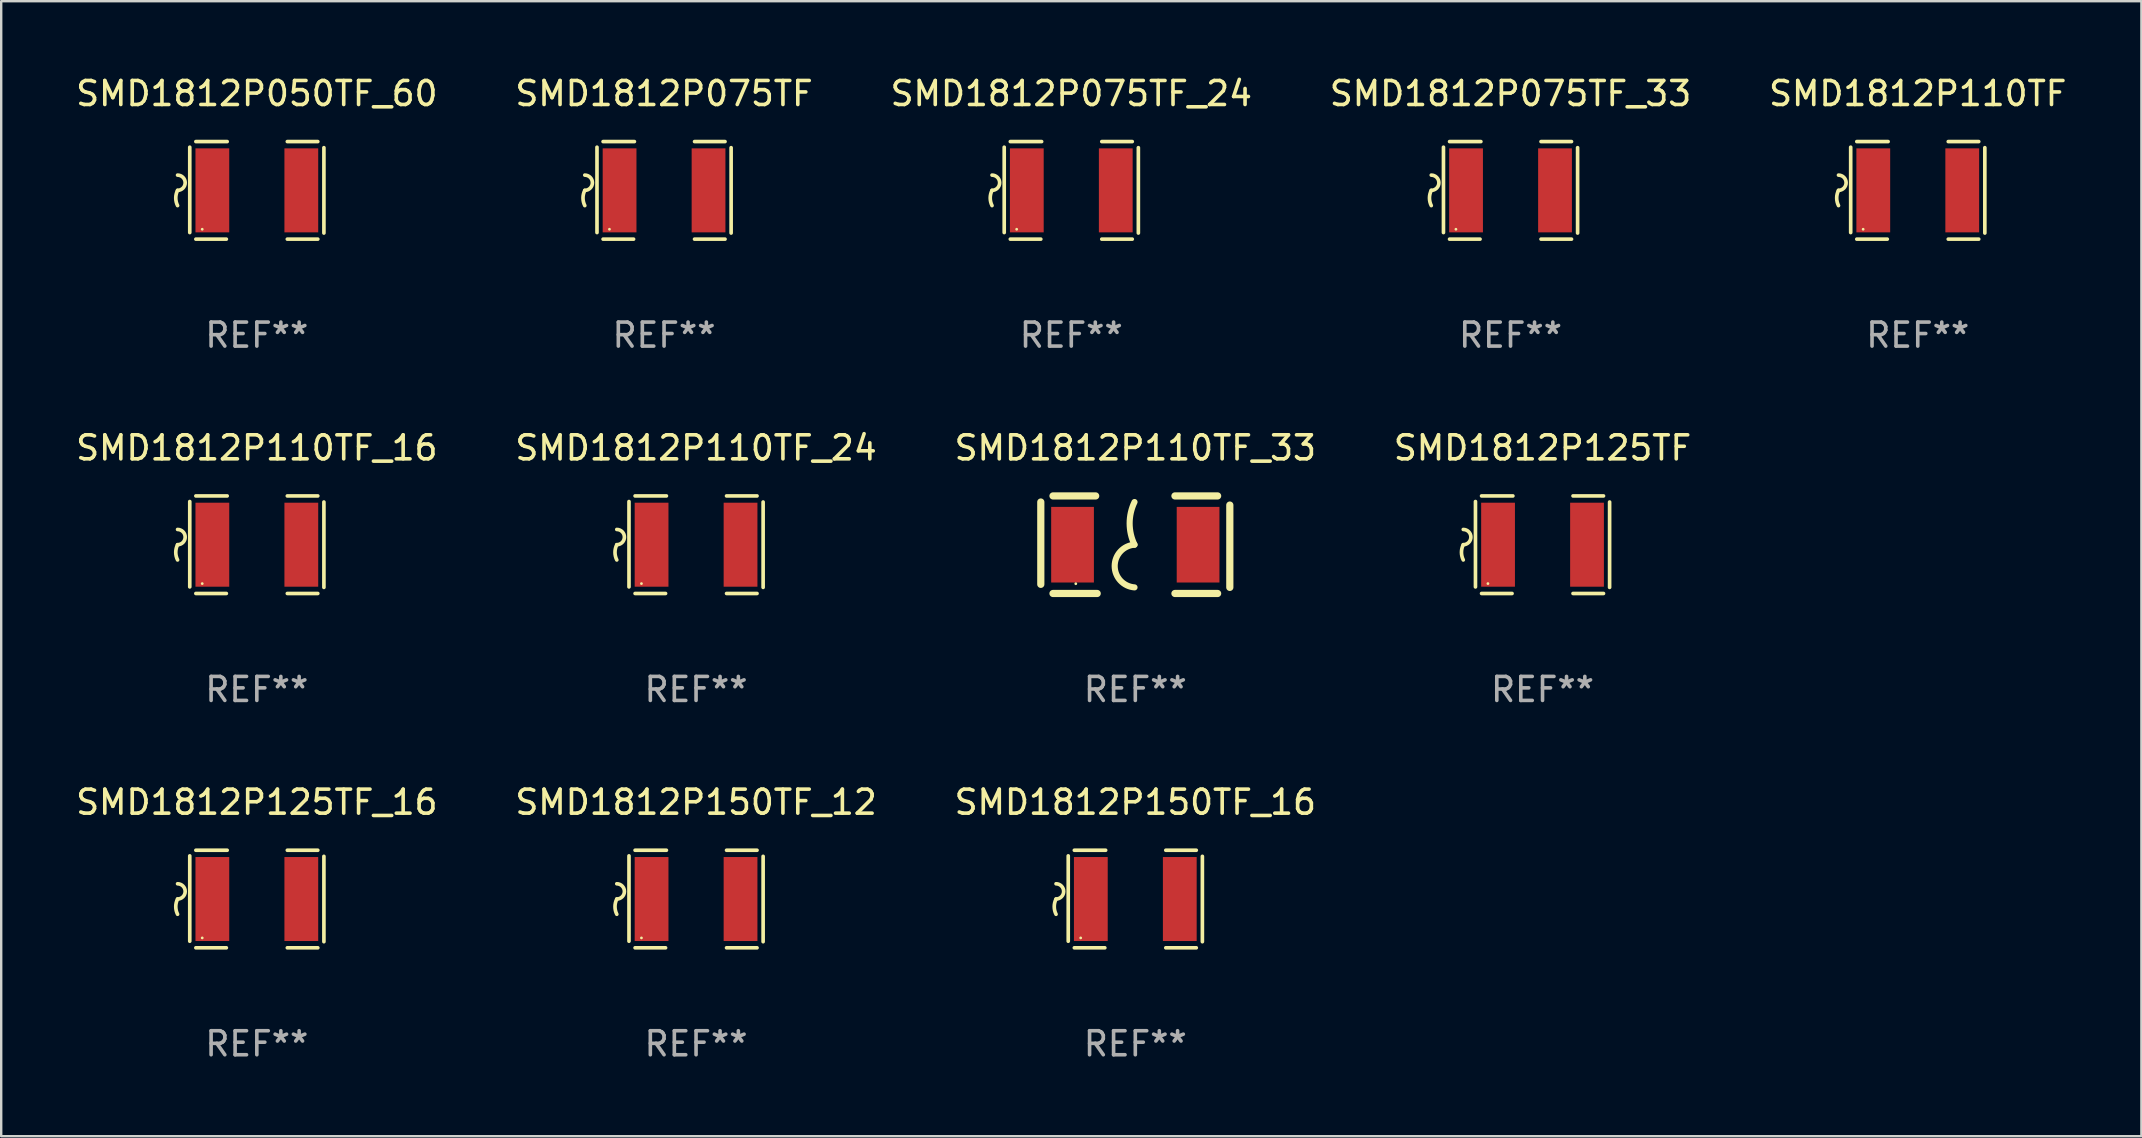
<source format=kicad_pcb>
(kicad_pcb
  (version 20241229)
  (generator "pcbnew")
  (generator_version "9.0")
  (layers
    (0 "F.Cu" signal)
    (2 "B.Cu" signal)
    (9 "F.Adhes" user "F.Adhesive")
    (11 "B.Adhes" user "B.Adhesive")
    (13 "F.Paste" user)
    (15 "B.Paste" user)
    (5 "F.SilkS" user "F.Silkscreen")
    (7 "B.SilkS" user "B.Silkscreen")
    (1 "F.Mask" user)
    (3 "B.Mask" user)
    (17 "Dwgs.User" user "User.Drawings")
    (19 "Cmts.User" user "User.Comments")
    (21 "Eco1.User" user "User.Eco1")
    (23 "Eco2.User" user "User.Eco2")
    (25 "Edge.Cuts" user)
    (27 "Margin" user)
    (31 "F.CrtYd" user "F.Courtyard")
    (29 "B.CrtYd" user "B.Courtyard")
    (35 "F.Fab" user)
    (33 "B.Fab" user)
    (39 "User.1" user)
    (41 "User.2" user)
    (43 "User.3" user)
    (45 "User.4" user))
  (footprint "SMD1812P075TF"
    (layer "F.Cu")
    (at 24.613 4.88)
    (property "Reference" "SMD1812P075TF" (at 0 -4.032 0) (layer "F.SilkS") (effects (font (size 1 1) (thickness 0.15))))
    (attr through_hole)
    (fp_line (start -2.794 -1.798) (end -2.794 1.758) (stroke (width 0.152) (type solid)) (layer "F.SilkS"))
    (fp_line (start -2.54 -2.032) (end -1.235 -2.032) (stroke (width 0.152) (type solid)) (layer "F.SilkS"))
    (fp_line (start -1.27 2.032) (end -2.54 2.032) (stroke (width 0.152) (type solid)) (layer "F.SilkS"))
    (fp_line (start 1.27 2.032) (end 2.54 2.032) (stroke (width 0.152) (type solid)) (layer "F.SilkS"))
    (fp_line (start 2.54 -2.032) (end 1.27 -2.032) (stroke (width 0.152) (type solid)) (layer "F.SilkS"))
    (fp_line (start 2.794 -1.778) (end 2.794 1.778) (stroke (width 0.152) (type solid)) (layer "F.SilkS"))
    (fp_arc (start -3.302007 -0.635002) (mid -2.984506 -0.317501) (end -3.302007 0) (stroke (width 0.151994) (type solid)) (layer "F.SilkS"))
    (fp_arc (start -3.302007 0.635002) (mid -3.376959 0.317501) (end -3.302007 0) (stroke (width 0.151994) (type solid)) (layer "F.SilkS"))
    (fp_circle (center -2.275 1.62) (end -2.245 1.62) (stroke (width 0.06) (type solid)) (fill no) (layer "F.SilkS"))
    (fp_text user "REF**" (at 0 6.032 0) (layer "F.Fab") (effects (font (size 1 1) (thickness 0.15))))
    (pad "1" smd rect (at -1.853 0) (size 1.407 3.499) (layers "F.Cu" "F.Mask" "F.Paste"))
    (pad "2" smd rect (at 1.853 0) (size 1.407 3.499) (layers "F.Cu" "F.Mask" "F.Paste")))
  (footprint "SMD1812P110TF"
    (layer "F.Cu")
    (at 76.839 4.88)
    (property "Reference" "SMD1812P110TF" (at 0 -4.032 0) (layer "F.SilkS") (effects (font (size 1 1) (thickness 0.15))))
    (attr through_hole)
    (fp_line (start -2.794 -1.798) (end -2.794 1.758) (stroke (width 0.152) (type solid)) (layer "F.SilkS"))
    (fp_line (start -2.54 -2.032) (end -1.235 -2.032) (stroke (width 0.152) (type solid)) (layer "F.SilkS"))
    (fp_line (start -1.27 2.032) (end -2.54 2.032) (stroke (width 0.152) (type solid)) (layer "F.SilkS"))
    (fp_line (start 1.27 2.032) (end 2.54 2.032) (stroke (width 0.152) (type solid)) (layer "F.SilkS"))
    (fp_line (start 2.54 -2.032) (end 1.27 -2.032) (stroke (width 0.152) (type solid)) (layer "F.SilkS"))
    (fp_line (start 2.794 -1.778) (end 2.794 1.778) (stroke (width 0.152) (type solid)) (layer "F.SilkS"))
    (fp_arc (start -3.302007 -0.635002) (mid -2.984506 -0.317501) (end -3.302007 0) (stroke (width 0.151994) (type solid)) (layer "F.SilkS"))
    (fp_arc (start -3.302007 0.635002) (mid -3.376959 0.317501) (end -3.302007 0) (stroke (width 0.151994) (type solid)) (layer "F.SilkS"))
    (fp_circle (center -2.275 1.62) (end -2.245 1.62) (stroke (width 0.06) (type solid)) (fill no) (layer "F.SilkS"))
    (fp_text user "REF**" (at 0 6.032 0) (layer "F.Fab") (effects (font (size 1 1) (thickness 0.15))))
    (pad "1" smd rect (at -1.853 0) (size 1.407 3.499) (layers "F.Cu" "F.Mask" "F.Paste"))
    (pad "2" smd rect (at 1.853 0) (size 1.407 3.499) (layers "F.Cu" "F.Mask" "F.Paste")))
  (footprint "SMD1812P110TF_16"
    (layer "F.Cu")
    (at 7.649 19.641)
    (property "Reference" "SMD1812P110TF_16" (at 0 -4.032 0) (layer "F.SilkS") (effects (font (size 1 1) (thickness 0.15))))
    (attr through_hole)
    (fp_line (start -2.794 -1.798) (end -2.794 1.758) (stroke (width 0.152) (type solid)) (layer "F.SilkS"))
    (fp_line (start -2.54 -2.032) (end -1.235 -2.032) (stroke (width 0.152) (type solid)) (layer "F.SilkS"))
    (fp_line (start -1.27 2.032) (end -2.54 2.032) (stroke (width 0.152) (type solid)) (layer "F.SilkS"))
    (fp_line (start 1.27 2.032) (end 2.54 2.032) (stroke (width 0.152) (type solid)) (layer "F.SilkS"))
    (fp_line (start 2.54 -2.032) (end 1.27 -2.032) (stroke (width 0.152) (type solid)) (layer "F.SilkS"))
    (fp_line (start 2.794 -1.778) (end 2.794 1.778) (stroke (width 0.152) (type solid)) (layer "F.SilkS"))
    (fp_arc (start -3.302007 -0.635002) (mid -2.984506 -0.317501) (end -3.302007 0) (stroke (width 0.151994) (type solid)) (layer "F.SilkS"))
    (fp_arc (start -3.302007 0.635002) (mid -3.376959 0.317501) (end -3.302007 0) (stroke (width 0.151994) (type solid)) (layer "F.SilkS"))
    (fp_circle (center -2.275 1.62) (end -2.245 1.62) (stroke (width 0.06) (type solid)) (fill no) (layer "F.SilkS"))
    (fp_text user "REF**" (at 0 6.032 0) (layer "F.Fab") (effects (font (size 1 1) (thickness 0.15))))
    (pad "1" smd rect (at -1.853 0) (size 1.407 3.499) (layers "F.Cu" "F.Mask" "F.Paste"))
    (pad "2" smd rect (at 1.853 0) (size 1.407 3.499) (layers "F.Cu" "F.Mask" "F.Paste")))
  (footprint "SMD1812P150TF_16"
    (layer "F.Cu")
    (at 44.244 34.401)
    (property "Reference" "SMD1812P150TF_16" (at 0 -4.032 0) (layer "F.SilkS") (effects (font (size 1 1) (thickness 0.15))))
    (attr through_hole)
    (fp_line (start -2.794 -1.798) (end -2.794 1.758) (stroke (width 0.152) (type solid)) (layer "F.SilkS"))
    (fp_line (start -2.54 -2.032) (end -1.235 -2.032) (stroke (width 0.152) (type solid)) (layer "F.SilkS"))
    (fp_line (start -1.27 2.032) (end -2.54 2.032) (stroke (width 0.152) (type solid)) (layer "F.SilkS"))
    (fp_line (start 1.27 2.032) (end 2.54 2.032) (stroke (width 0.152) (type solid)) (layer "F.SilkS"))
    (fp_line (start 2.54 -2.032) (end 1.27 -2.032) (stroke (width 0.152) (type solid)) (layer "F.SilkS"))
    (fp_line (start 2.794 -1.778) (end 2.794 1.778) (stroke (width 0.152) (type solid)) (layer "F.SilkS"))
    (fp_arc (start -3.302007 -0.635002) (mid -2.984506 -0.317501) (end -3.302007 0) (stroke (width 0.151994) (type solid)) (layer "F.SilkS"))
    (fp_arc (start -3.302007 0.635002) (mid -3.376959 0.317501) (end -3.302007 0) (stroke (width 0.151994) (type solid)) (layer "F.SilkS"))
    (fp_circle (center -2.275 1.62) (end -2.245 1.62) (stroke (width 0.06) (type solid)) (fill no) (layer "F.SilkS"))
    (fp_text user "REF**" (at 0 6.032 0) (layer "F.Fab") (effects (font (size 1 1) (thickness 0.15))))
    (pad "1" smd rect (at -1.853 0) (size 1.407 3.499) (layers "F.Cu" "F.Mask" "F.Paste"))
    (pad "2" smd rect (at 1.853 0) (size 1.407 3.499) (layers "F.Cu" "F.Mask" "F.Paste")))
  (footprint "SMD1812P150TF_12"
    (layer "F.Cu")
    (at 25.946 34.401)
    (property "Reference" "SMD1812P150TF_12" (at 0 -4.032 0) (layer "F.SilkS") (effects (font (size 1 1) (thickness 0.15))))
    (attr through_hole)
    (fp_line (start -2.794 -1.798) (end -2.794 1.758) (stroke (width 0.152) (type solid)) (layer "F.SilkS"))
    (fp_line (start -2.54 -2.032) (end -1.235 -2.032) (stroke (width 0.152) (type solid)) (layer "F.SilkS"))
    (fp_line (start -1.27 2.032) (end -2.54 2.032) (stroke (width 0.152) (type solid)) (layer "F.SilkS"))
    (fp_line (start 1.27 2.032) (end 2.54 2.032) (stroke (width 0.152) (type solid)) (layer "F.SilkS"))
    (fp_line (start 2.54 -2.032) (end 1.27 -2.032) (stroke (width 0.152) (type solid)) (layer "F.SilkS"))
    (fp_line (start 2.794 -1.778) (end 2.794 1.778) (stroke (width 0.152) (type solid)) (layer "F.SilkS"))
    (fp_arc (start -3.302007 -0.635002) (mid -2.984506 -0.317501) (end -3.302007 0) (stroke (width 0.151994) (type solid)) (layer "F.SilkS"))
    (fp_arc (start -3.302007 0.635002) (mid -3.376959 0.317501) (end -3.302007 0) (stroke (width 0.151994) (type solid)) (layer "F.SilkS"))
    (fp_circle (center -2.275 1.62) (end -2.245 1.62) (stroke (width 0.06) (type solid)) (fill no) (layer "F.SilkS"))
    (fp_text user "REF**" (at 0 6.032 0) (layer "F.Fab") (effects (font (size 1 1) (thickness 0.15))))
    (pad "1" smd rect (at -1.853 0) (size 1.407 3.499) (layers "F.Cu" "F.Mask" "F.Paste"))
    (pad "2" smd rect (at 1.853 0) (size 1.407 3.499) (layers "F.Cu" "F.Mask" "F.Paste")))
  (footprint "SMD1812P125TF"
    (layer "F.Cu")
    (at 61.208 19.641)
    (property "Reference" "SMD1812P125TF" (at 0 -4.032 0) (layer "F.SilkS") (effects (font (size 1 1) (thickness 0.15))))
    (attr through_hole)
    (fp_line (start -2.794 -1.798) (end -2.794 1.758) (stroke (width 0.152) (type solid)) (layer "F.SilkS"))
    (fp_line (start -2.54 -2.032) (end -1.235 -2.032) (stroke (width 0.152) (type solid)) (layer "F.SilkS"))
    (fp_line (start -1.27 2.032) (end -2.54 2.032) (stroke (width 0.152) (type solid)) (layer "F.SilkS"))
    (fp_line (start 1.27 2.032) (end 2.54 2.032) (stroke (width 0.152) (type solid)) (layer "F.SilkS"))
    (fp_line (start 2.54 -2.032) (end 1.27 -2.032) (stroke (width 0.152) (type solid)) (layer "F.SilkS"))
    (fp_line (start 2.794 -1.778) (end 2.794 1.778) (stroke (width 0.152) (type solid)) (layer "F.SilkS"))
    (fp_arc (start -3.302007 -0.635002) (mid -2.984506 -0.317501) (end -3.302007 0) (stroke (width 0.151994) (type solid)) (layer "F.SilkS"))
    (fp_arc (start -3.302007 0.635002) (mid -3.376959 0.317501) (end -3.302007 0) (stroke (width 0.151994) (type solid)) (layer "F.SilkS"))
    (fp_circle (center -2.275 1.62) (end -2.245 1.62) (stroke (width 0.06) (type solid)) (fill no) (layer "F.SilkS"))
    (fp_text user "REF**" (at 0 6.032 0) (layer "F.Fab") (effects (font (size 1 1) (thickness 0.15))))
    (pad "1" smd rect (at -1.853 0) (size 1.407 3.499) (layers "F.Cu" "F.Mask" "F.Paste"))
    (pad "2" smd rect (at 1.853 0) (size 1.407 3.499) (layers "F.Cu" "F.Mask" "F.Paste")))
  (footprint "SMD1812P110TF_24"
    (layer "F.Cu")
    (at 25.946 19.641)
    (property "Reference" "SMD1812P110TF_24" (at 0 -4.032 0) (layer "F.SilkS") (effects (font (size 1 1) (thickness 0.15))))
    (attr through_hole)
    (fp_line (start -2.794 -1.798) (end -2.794 1.758) (stroke (width 0.152) (type solid)) (layer "F.SilkS"))
    (fp_line (start -2.54 -2.032) (end -1.235 -2.032) (stroke (width 0.152) (type solid)) (layer "F.SilkS"))
    (fp_line (start -1.27 2.032) (end -2.54 2.032) (stroke (width 0.152) (type solid)) (layer "F.SilkS"))
    (fp_line (start 1.27 2.032) (end 2.54 2.032) (stroke (width 0.152) (type solid)) (layer "F.SilkS"))
    (fp_line (start 2.54 -2.032) (end 1.27 -2.032) (stroke (width 0.152) (type solid)) (layer "F.SilkS"))
    (fp_line (start 2.794 -1.778) (end 2.794 1.778) (stroke (width 0.152) (type solid)) (layer "F.SilkS"))
    (fp_arc (start -3.302007 -0.635002) (mid -2.984506 -0.317501) (end -3.302007 0) (stroke (width 0.151994) (type solid)) (layer "F.SilkS"))
    (fp_arc (start -3.302007 0.635002) (mid -3.376959 0.317501) (end -3.302007 0) (stroke (width 0.151994) (type solid)) (layer "F.SilkS"))
    (fp_circle (center -2.275 1.62) (end -2.245 1.62) (stroke (width 0.06) (type solid)) (fill no) (layer "F.SilkS"))
    (fp_text user "REF**" (at 0 6.032 0) (layer "F.Fab") (effects (font (size 1 1) (thickness 0.15))))
    (pad "1" smd rect (at -1.853 0) (size 1.407 3.499) (layers "F.Cu" "F.Mask" "F.Paste"))
    (pad "2" smd rect (at 1.853 0) (size 1.407 3.499) (layers "F.Cu" "F.Mask" "F.Paste")))
  (footprint "SMD1812P125TF_16"
    (layer "F.Cu")
    (at 7.649 34.401)
    (property "Reference" "SMD1812P125TF_16" (at 0 -4.032 0) (layer "F.SilkS") (effects (font (size 1 1) (thickness 0.15))))
    (attr through_hole)
    (fp_line (start -2.794 -1.798) (end -2.794 1.758) (stroke (width 0.152) (type solid)) (layer "F.SilkS"))
    (fp_line (start -2.54 -2.032) (end -1.235 -2.032) (stroke (width 0.152) (type solid)) (layer "F.SilkS"))
    (fp_line (start -1.27 2.032) (end -2.54 2.032) (stroke (width 0.152) (type solid)) (layer "F.SilkS"))
    (fp_line (start 1.27 2.032) (end 2.54 2.032) (stroke (width 0.152) (type solid)) (layer "F.SilkS"))
    (fp_line (start 2.54 -2.032) (end 1.27 -2.032) (stroke (width 0.152) (type solid)) (layer "F.SilkS"))
    (fp_line (start 2.794 -1.778) (end 2.794 1.778) (stroke (width 0.152) (type solid)) (layer "F.SilkS"))
    (fp_arc (start -3.302007 -0.635002) (mid -2.984506 -0.317501) (end -3.302007 0) (stroke (width 0.151994) (type solid)) (layer "F.SilkS"))
    (fp_arc (start -3.302007 0.635002) (mid -3.376959 0.317501) (end -3.302007 0) (stroke (width 0.151994) (type solid)) (layer "F.SilkS"))
    (fp_circle (center -2.275 1.62) (end -2.245 1.62) (stroke (width 0.06) (type solid)) (fill no) (layer "F.SilkS"))
    (fp_text user "REF**" (at 0 6.032 0) (layer "F.Fab") (effects (font (size 1 1) (thickness 0.15))))
    (pad "1" smd rect (at -1.853 0) (size 1.407 3.499) (layers "F.Cu" "F.Mask" "F.Paste"))
    (pad "2" smd rect (at 1.853 0) (size 1.407 3.499) (layers "F.Cu" "F.Mask" "F.Paste")))
  (footprint "SMD1812P075TF_24"
    (layer "F.Cu")
    (at 41.577 4.88)
    (property "Reference" "SMD1812P075TF_24" (at 0 -4.032 0) (layer "F.SilkS") (effects (font (size 1 1) (thickness 0.15))))
    (attr through_hole)
    (fp_line (start -2.794 -1.798) (end -2.794 1.758) (stroke (width 0.152) (type solid)) (layer "F.SilkS"))
    (fp_line (start -2.54 -2.032) (end -1.235 -2.032) (stroke (width 0.152) (type solid)) (layer "F.SilkS"))
    (fp_line (start -1.27 2.032) (end -2.54 2.032) (stroke (width 0.152) (type solid)) (layer "F.SilkS"))
    (fp_line (start 1.27 2.032) (end 2.54 2.032) (stroke (width 0.152) (type solid)) (layer "F.SilkS"))
    (fp_line (start 2.54 -2.032) (end 1.27 -2.032) (stroke (width 0.152) (type solid)) (layer "F.SilkS"))
    (fp_line (start 2.794 -1.778) (end 2.794 1.778) (stroke (width 0.152) (type solid)) (layer "F.SilkS"))
    (fp_arc (start -3.302007 -0.635002) (mid -2.984506 -0.317501) (end -3.302007 0) (stroke (width 0.151994) (type solid)) (layer "F.SilkS"))
    (fp_arc (start -3.302007 0.635002) (mid -3.376959 0.317501) (end -3.302007 0) (stroke (width 0.151994) (type solid)) (layer "F.SilkS"))
    (fp_circle (center -2.275 1.62) (end -2.245 1.62) (stroke (width 0.06) (type solid)) (fill no) (layer "F.SilkS"))
    (fp_text user "REF**" (at 0 6.032 0) (layer "F.Fab") (effects (font (size 1 1) (thickness 0.15))))
    (pad "1" smd rect (at -1.853 0) (size 1.407 3.499) (layers "F.Cu" "F.Mask" "F.Paste"))
    (pad "2" smd rect (at 1.853 0) (size 1.407 3.499) (layers "F.Cu" "F.Mask" "F.Paste")))
  (footprint "SMD1812P050TF_60"
    (layer "F.Cu")
    (at 7.649 4.88)
    (property "Reference" "SMD1812P050TF_60" (at 0 -4.032 0) (layer "F.SilkS") (effects (font (size 1 1) (thickness 0.15))))
    (attr through_hole)
    (fp_line (start -2.794 -1.798) (end -2.794 1.758) (stroke (width 0.152) (type solid)) (layer "F.SilkS"))
    (fp_line (start -2.54 -2.032) (end -1.235 -2.032) (stroke (width 0.152) (type solid)) (layer "F.SilkS"))
    (fp_line (start -1.27 2.032) (end -2.54 2.032) (stroke (width 0.152) (type solid)) (layer "F.SilkS"))
    (fp_line (start 1.27 2.032) (end 2.54 2.032) (stroke (width 0.152) (type solid)) (layer "F.SilkS"))
    (fp_line (start 2.54 -2.032) (end 1.27 -2.032) (stroke (width 0.152) (type solid)) (layer "F.SilkS"))
    (fp_line (start 2.794 -1.778) (end 2.794 1.778) (stroke (width 0.152) (type solid)) (layer "F.SilkS"))
    (fp_arc (start -3.302007 -0.635002) (mid -2.984506 -0.317501) (end -3.302007 0) (stroke (width 0.151994) (type solid)) (layer "F.SilkS"))
    (fp_arc (start -3.302007 0.635002) (mid -3.376959 0.317501) (end -3.302007 0) (stroke (width 0.151994) (type solid)) (layer "F.SilkS"))
    (fp_circle (center -2.275 1.62) (end -2.245 1.62) (stroke (width 0.06) (type solid)) (fill no) (layer "F.SilkS"))
    (fp_text user "REF**" (at 0 6.032 0) (layer "F.Fab") (effects (font (size 1 1) (thickness 0.15))))
    (pad "1" smd rect (at -1.853 0) (size 1.407 3.499) (layers "F.Cu" "F.Mask" "F.Paste"))
    (pad "2" smd rect (at 1.853 0) (size 1.407 3.499) (layers "F.Cu" "F.Mask" "F.Paste")))
  (footprint "SMD1812P075TF_33"
    (layer "F.Cu")
    (at 59.875 4.88)
    (property "Reference" "SMD1812P075TF_33" (at 0 -4.032 0) (layer "F.SilkS") (effects (font (size 1 1) (thickness 0.15))))
    (attr through_hole)
    (fp_line (start -2.794 -1.798) (end -2.794 1.758) (stroke (width 0.152) (type solid)) (layer "F.SilkS"))
    (fp_line (start -2.54 -2.032) (end -1.235 -2.032) (stroke (width 0.152) (type solid)) (layer "F.SilkS"))
    (fp_line (start -1.27 2.032) (end -2.54 2.032) (stroke (width 0.152) (type solid)) (layer "F.SilkS"))
    (fp_line (start 1.27 2.032) (end 2.54 2.032) (stroke (width 0.152) (type solid)) (layer "F.SilkS"))
    (fp_line (start 2.54 -2.032) (end 1.27 -2.032) (stroke (width 0.152) (type solid)) (layer "F.SilkS"))
    (fp_line (start 2.794 -1.778) (end 2.794 1.778) (stroke (width 0.152) (type solid)) (layer "F.SilkS"))
    (fp_arc (start -3.302007 -0.635002) (mid -2.984506 -0.317501) (end -3.302007 0) (stroke (width 0.151994) (type solid)) (layer "F.SilkS"))
    (fp_arc (start -3.302007 0.635002) (mid -3.376959 0.317501) (end -3.302007 0) (stroke (width 0.151994) (type solid)) (layer "F.SilkS"))
    (fp_circle (center -2.275 1.62) (end -2.245 1.62) (stroke (width 0.06) (type solid)) (fill no) (layer "F.SilkS"))
    (fp_text user "REF**" (at 0 6.032 0) (layer "F.Fab") (effects (font (size 1 1) (thickness 0.15))))
    (pad "1" smd rect (at -1.853 0) (size 1.407 3.499) (layers "F.Cu" "F.Mask" "F.Paste"))
    (pad "2" smd rect (at 1.853 0) (size 1.407 3.499) (layers "F.Cu" "F.Mask" "F.Paste")))
  (footprint "SMD1812P110TF_33"
    (layer "F.Cu")
    (at 44.244 19.641)
    (property "Reference" "SMD1812P110TF_33" (at 0 -4.032 0) (layer "F.SilkS") (effects (font (size 1 1) (thickness 0.15))))
    (attr through_hole)
    (fp_line (start -3.937 -1.778) (end -3.937 1.651) (stroke (width 0.3) (type solid)) (layer "F.SilkS"))
    (fp_line (start -3.429 2.032) (end -1.588 2.032) (stroke (width 0.3) (type solid)) (layer "F.SilkS"))
    (fp_line (start -1.651 -2.032) (end -3.429 -2.032) (stroke (width 0.3) (type solid)) (layer "F.SilkS"))
    (fp_line (start 1.651 2.032) (end 3.429 2.032) (stroke (width 0.3) (type solid)) (layer "F.SilkS"))
    (fp_line (start 3.429 -2.032) (end 1.651 -2.032) (stroke (width 0.3) (type solid)) (layer "F.SilkS"))
    (fp_line (start 3.937 1.778) (end 3.937 -1.651) (stroke (width 0.3) (type solid)) (layer "F.SilkS"))
    (fp_arc (start -0.033147 -0.000001) (mid -0.236293 -0.889002) (end -0.033147 -1.778004) (stroke (width 0.254001) (type solid)) (layer "F.SilkS"))
    (fp_arc (start -0.033147 1.778004) (mid -0.858935 0.889002) (end -0.033146 0) (stroke (width 0.254001) (type solid)) (layer "F.SilkS"))
    (fp_circle (center -2.479 1.625) (end -2.449 1.625) (stroke (width 0.06) (type solid)) (fill no) (layer "F.SilkS"))
    (fp_text user "REF**" (at 0 6.032 0) (layer "F.Fab") (effects (font (size 1 1) (thickness 0.15))))
    (pad "1" smd rect (at -2.615 0) (size 1.78 3.15) (layers "F.Cu" "F.Mask" "F.Paste"))
    (pad "2" smd rect (at 2.615 0) (size 1.78 3.15) (layers "F.Cu" "F.Mask" "F.Paste")))
  (gr_rect
    (start -3 -3)
    (end 86.155 44.282)
    (stroke (width 0.1) (type default))
    (fill no)
    (layer "Edge.Cuts")))
</source>
